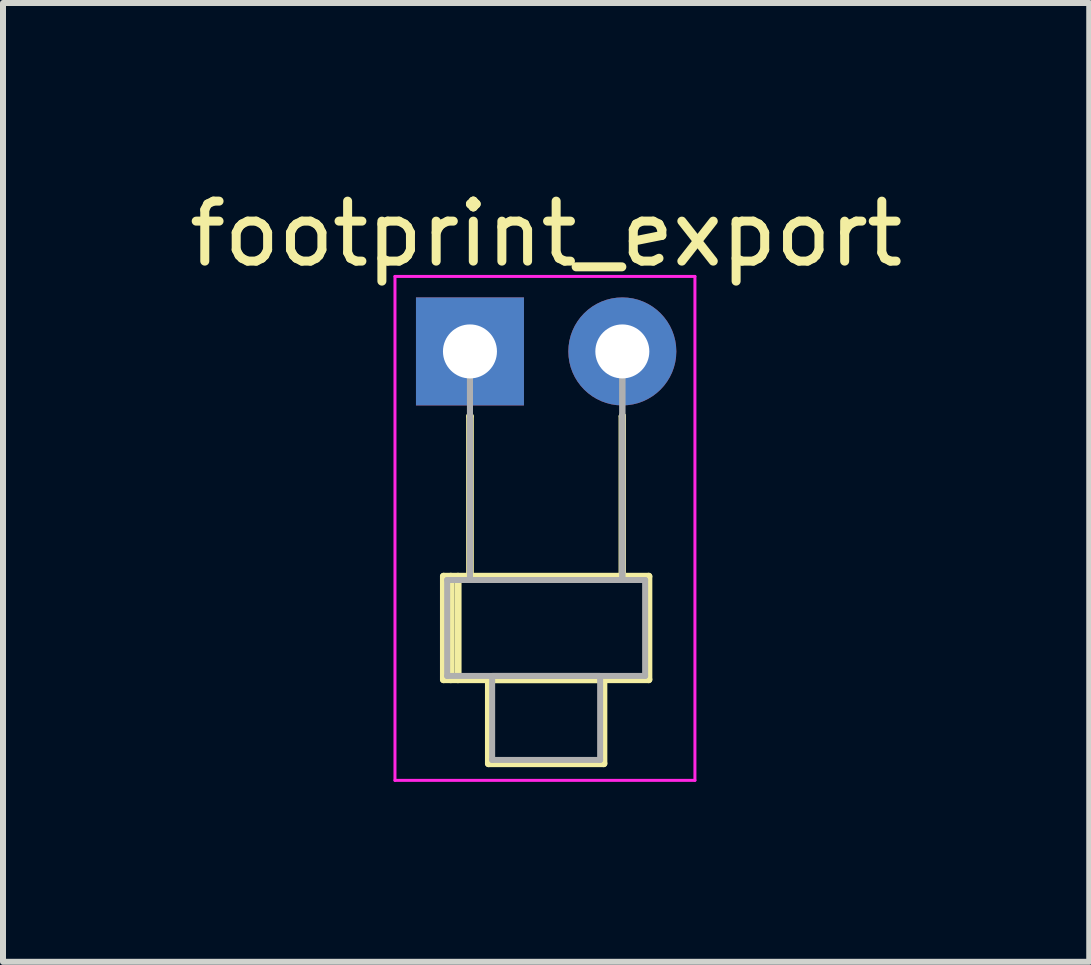
<source format=kicad_pcb>
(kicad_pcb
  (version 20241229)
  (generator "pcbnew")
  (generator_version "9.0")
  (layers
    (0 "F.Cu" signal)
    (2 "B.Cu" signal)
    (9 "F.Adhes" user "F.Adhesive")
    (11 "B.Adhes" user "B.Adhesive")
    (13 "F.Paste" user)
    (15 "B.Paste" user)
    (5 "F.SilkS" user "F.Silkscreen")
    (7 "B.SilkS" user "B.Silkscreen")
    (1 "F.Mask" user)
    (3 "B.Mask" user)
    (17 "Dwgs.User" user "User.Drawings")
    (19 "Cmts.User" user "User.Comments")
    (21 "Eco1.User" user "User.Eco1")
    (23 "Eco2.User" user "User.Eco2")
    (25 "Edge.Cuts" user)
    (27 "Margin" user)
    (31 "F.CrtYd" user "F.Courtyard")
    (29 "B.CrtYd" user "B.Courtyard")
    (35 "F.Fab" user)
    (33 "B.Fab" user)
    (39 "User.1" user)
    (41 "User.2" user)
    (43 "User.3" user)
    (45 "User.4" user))
  (footprint "footprint_export"
    (layer "F.Cu")
    (at 4.784 2.808)
    (property "Reference" "footprint_export" (at 1.27 -1.96 0) (layer "F.SilkS") (effects (font (size 1 1) (thickness 0.15))))
    (attr through_hole)
    (fp_line (start -0.44 3.75) (end -0.44 5.47) (stroke (width 0.12) (type solid)) (layer "F.SilkS"))
    (fp_line (start -0.44 5.47) (end 2.98 5.47) (stroke (width 0.12) (type solid)) (layer "F.SilkS"))
    (fp_line (start -0.32 3.75) (end -0.32 5.47) (stroke (width 0.12) (type solid)) (layer "F.SilkS"))
    (fp_line (start -0.2 3.75) (end -0.2 5.47) (stroke (width 0.12) (type solid)) (layer "F.SilkS"))
    (fp_line (start 0 1.08) (end 0 1.08) (stroke (width 0.12) (type solid)) (layer "F.SilkS"))
    (fp_line (start 0 1.08) (end 0 3.75) (stroke (width 0.12) (type solid)) (layer "F.SilkS"))
    (fp_line (start 0 3.75) (end 0 1.08) (stroke (width 0.12) (type solid)) (layer "F.SilkS"))
    (fp_line (start 0 3.75) (end 0 3.75) (stroke (width 0.12) (type solid)) (layer "F.SilkS"))
    (fp_line (start 0.31 5.47) (end 0.31 6.87) (stroke (width 0.12) (type solid)) (layer "F.SilkS"))
    (fp_line (start 0.31 6.87) (end 2.23 6.87) (stroke (width 0.12) (type solid)) (layer "F.SilkS"))
    (fp_line (start 2.23 5.47) (end 0.31 5.47) (stroke (width 0.12) (type solid)) (layer "F.SilkS"))
    (fp_line (start 2.23 6.87) (end 2.23 5.47) (stroke (width 0.12) (type solid)) (layer "F.SilkS"))
    (fp_line (start 2.54 1.08) (end 2.54 1.08) (stroke (width 0.12) (type solid)) (layer "F.SilkS"))
    (fp_line (start 2.54 1.08) (end 2.54 3.75) (stroke (width 0.12) (type solid)) (layer "F.SilkS"))
    (fp_line (start 2.54 3.75) (end 2.54 1.08) (stroke (width 0.12) (type solid)) (layer "F.SilkS"))
    (fp_line (start 2.54 3.75) (end 2.54 3.75) (stroke (width 0.12) (type solid)) (layer "F.SilkS"))
    (fp_line (start 2.98 3.75) (end -0.44 3.75) (stroke (width 0.12) (type solid)) (layer "F.SilkS"))
    (fp_line (start 2.98 5.47) (end 2.98 3.75) (stroke (width 0.12) (type solid)) (layer "F.SilkS"))
    (fp_line (start -1.25 -1.25) (end -1.25 7.15) (stroke (width 0.05) (type solid)) (layer "F.CrtYd"))
    (fp_line (start -1.25 7.15) (end 3.75 7.15) (stroke (width 0.05) (type solid)) (layer "F.CrtYd"))
    (fp_line (start 3.75 -1.25) (end -1.25 -1.25) (stroke (width 0.05) (type solid)) (layer "F.CrtYd"))
    (fp_line (start 3.75 7.15) (end 3.75 -1.25) (stroke (width 0.05) (type solid)) (layer "F.CrtYd"))
    (fp_line (start -0.38 3.81) (end -0.38 5.41) (stroke (width 0.1) (type solid)) (layer "F.Fab"))
    (fp_line (start -0.38 5.41) (end 2.92 5.41) (stroke (width 0.1) (type solid)) (layer "F.Fab"))
    (fp_line (start 0 0) (end 0 0) (stroke (width 0.1) (type solid)) (layer "F.Fab"))
    (fp_line (start 0 0) (end 0 3.81) (stroke (width 0.1) (type solid)) (layer "F.Fab"))
    (fp_line (start 0 3.81) (end 0 0) (stroke (width 0.1) (type solid)) (layer "F.Fab"))
    (fp_line (start 0 3.81) (end 0 3.81) (stroke (width 0.1) (type solid)) (layer "F.Fab"))
    (fp_line (start 0.37 5.41) (end 0.37 6.81) (stroke (width 0.1) (type solid)) (layer "F.Fab"))
    (fp_line (start 0.37 6.81) (end 2.17 6.81) (stroke (width 0.1) (type solid)) (layer "F.Fab"))
    (fp_line (start 2.17 5.41) (end 0.37 5.41) (stroke (width 0.1) (type solid)) (layer "F.Fab"))
    (fp_line (start 2.17 6.81) (end 2.17 5.41) (stroke (width 0.1) (type solid)) (layer "F.Fab"))
    (fp_line (start 2.54 0) (end 2.54 0) (stroke (width 0.1) (type solid)) (layer "F.Fab"))
    (fp_line (start 2.54 0) (end 2.54 3.81) (stroke (width 0.1) (type solid)) (layer "F.Fab"))
    (fp_line (start 2.54 3.81) (end 2.54 0) (stroke (width 0.1) (type solid)) (layer "F.Fab"))
    (fp_line (start 2.54 3.81) (end 2.54 3.81) (stroke (width 0.1) (type solid)) (layer "F.Fab"))
    (fp_line (start 2.92 3.81) (end -0.38 3.81) (stroke (width 0.1) (type solid)) (layer "F.Fab"))
    (fp_line (start 2.92 5.41) (end 2.92 3.81) (stroke (width 0.1) (type solid)) (layer "F.Fab"))
    (pad "1" thru_hole rect (at 0 0) (size 1.8 1.8) (drill 0.9) (layers "*.Cu" "*.Mask"))
    (pad "2" thru_hole circle (at 2.54 0) (size 1.8 1.8) (drill 0.9) (layers "*.Cu" "*.Mask")))
  (gr_rect
    (start -3 -3)
    (end 15.107 12.983)
    (stroke (width 0.1) (type default))
    (fill no)
    (layer "Edge.Cuts")))
</source>
